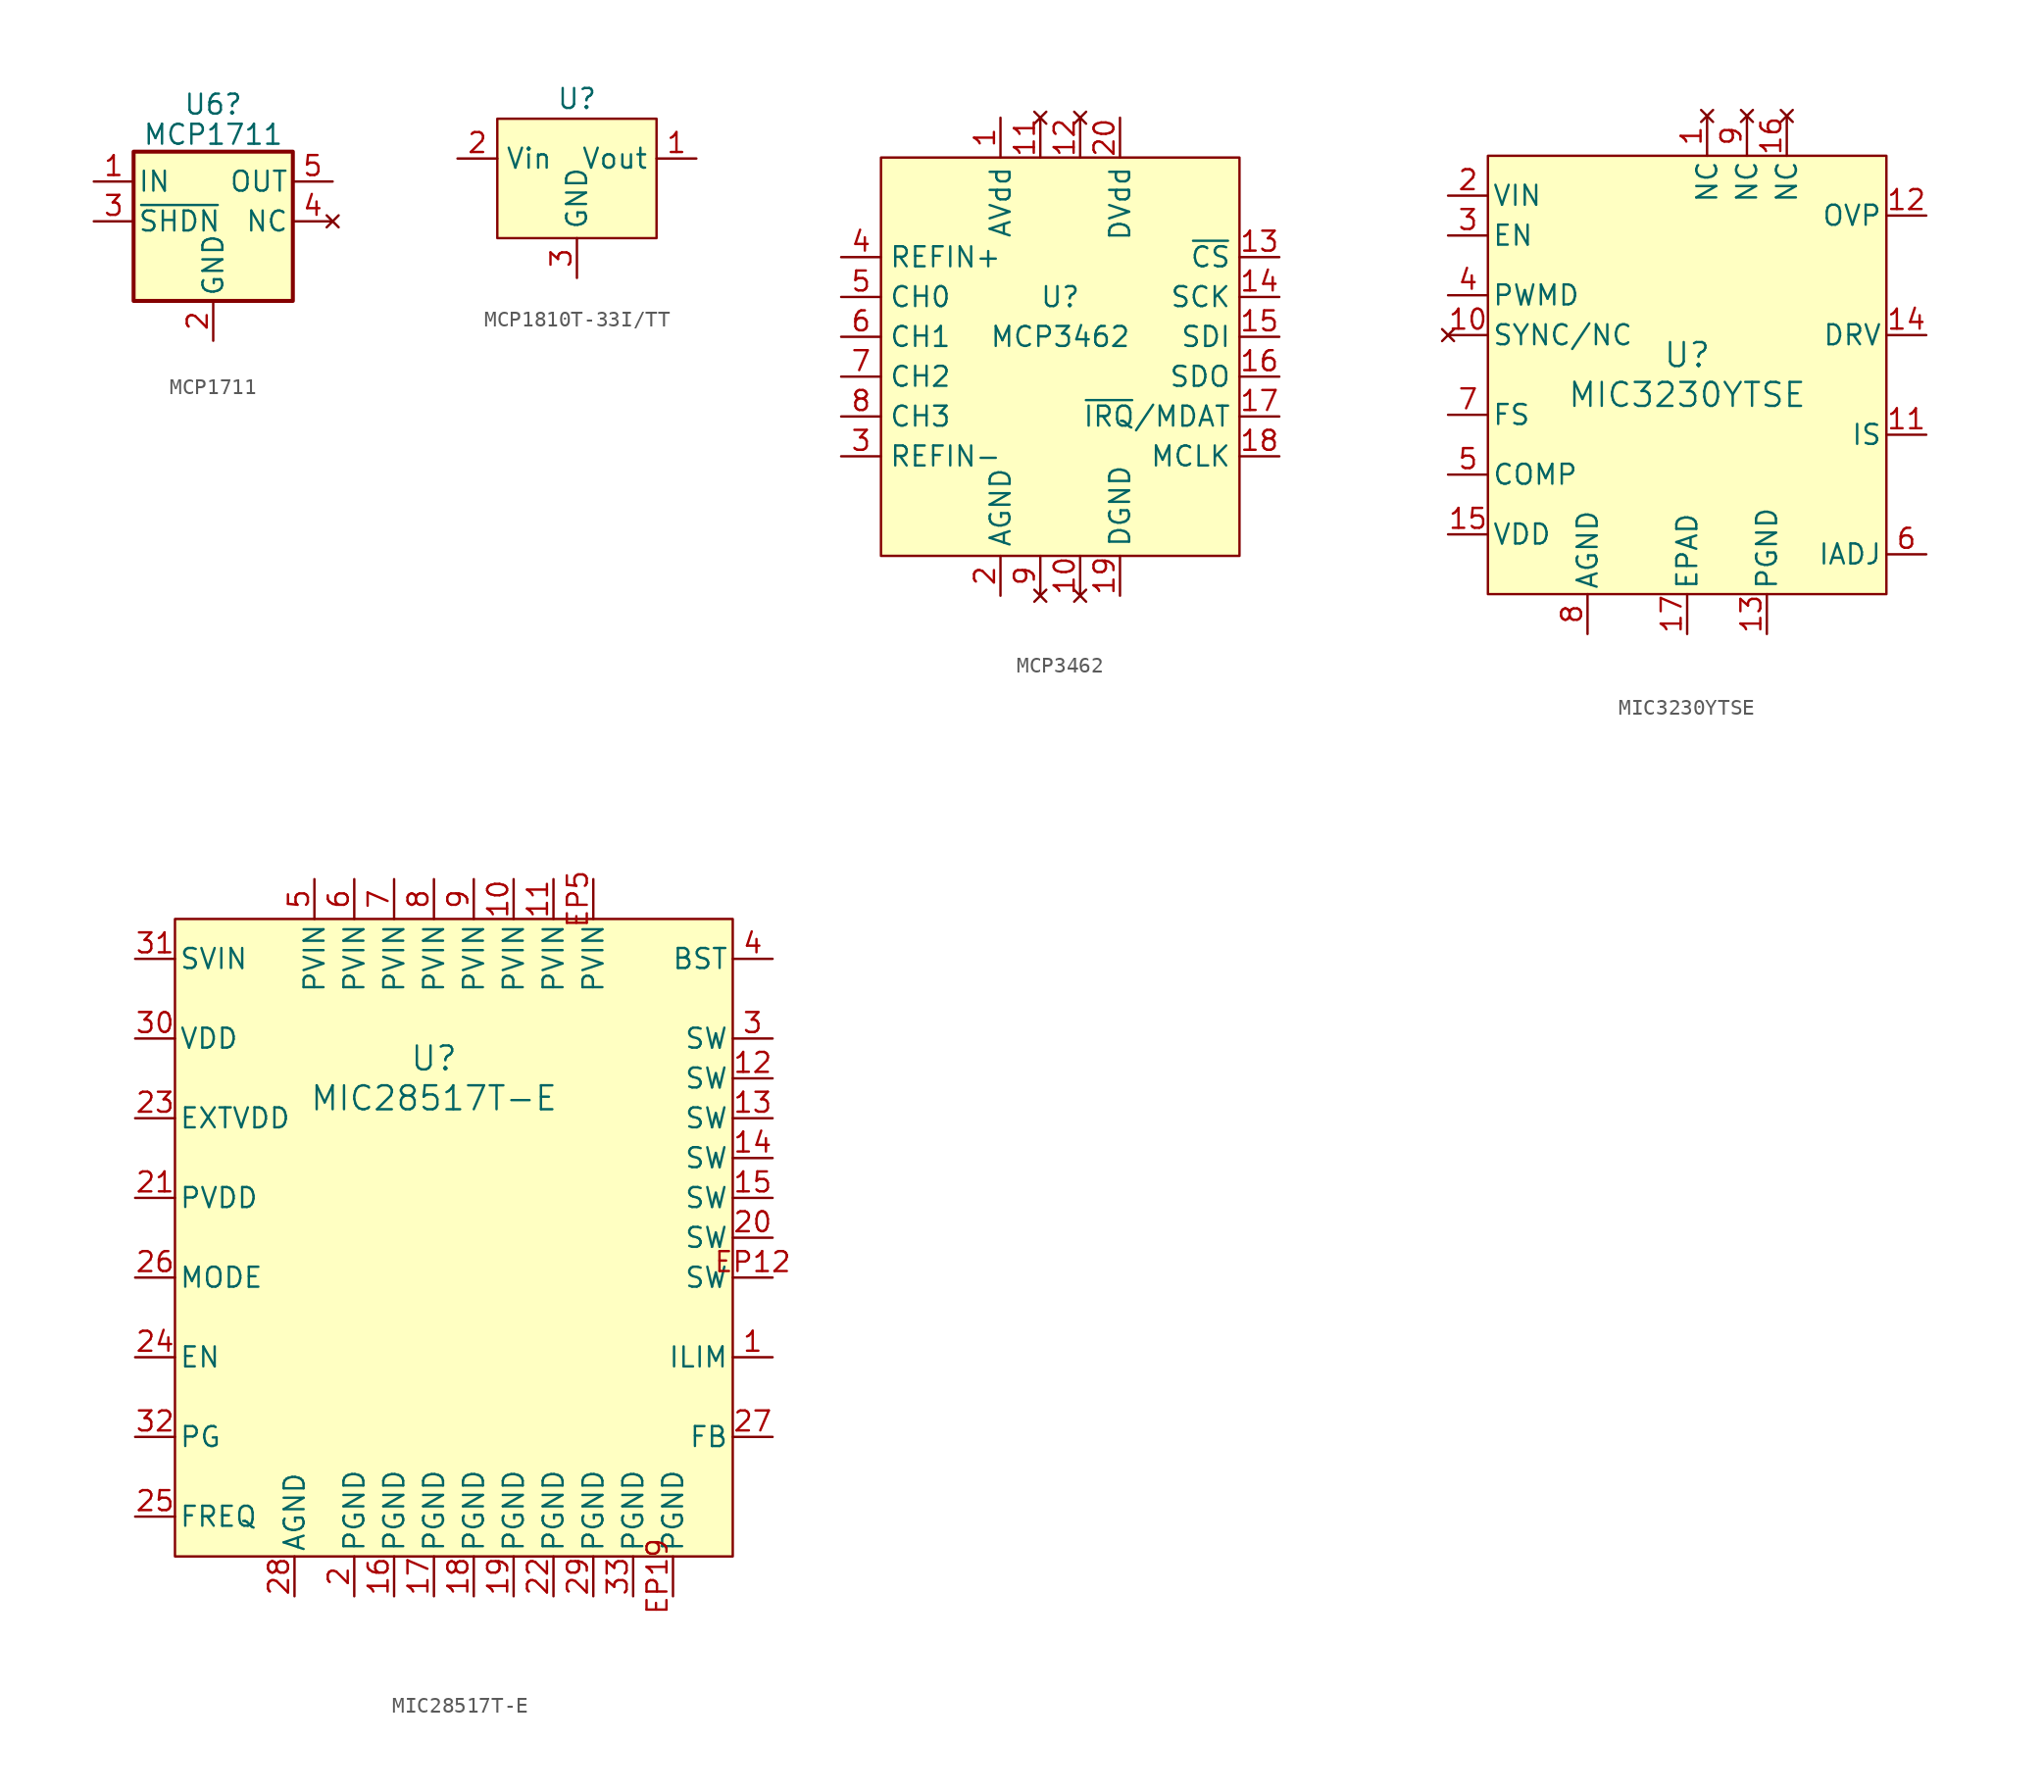
<source format=kicad_sym>
(kicad_symbol_lib
  (version 20231120)
  (generator "kicad_symbol_editor")
  (generator_version "8.0")
  (symbol "MCP1711"
    (pin_names
      (offset 0.254))
    (property "Reference" "U6"
      (at 0 7.455 0)
      (effects (font (size 1.27 1.27))))
    (property "Value" "MCP1711"
      (at 0 5.534 0)
      (effects (font (size 1.27 1.27))))
    (symbol "MCP1711_0_1"
      (rectangle (start -5.08 4.445) (end 5.08 -5.08) (stroke (width 0.254) (type default)) (fill (type background))))
    (symbol "MCP1711_1_1"
      (pin power_in line (at -7.62 2.54 0) (length 2.54) (name "IN" (effects (font (size 1.27 1.27)))) (number "1" (effects (font (size 1.27 1.27)))))
      (pin power_in line (at 0 -7.62 90) (length 2.54) (name "GND" (effects (font (size 1.27 1.27)))) (number "2" (effects (font (size 1.27 1.27)))))
      (pin input line (at -7.62 0 0) (length 2.54) (name "~{SHDN}" (effects (font (size 1.27 1.27)))) (number "3" (effects (font (size 1.27 1.27)))))
      (pin no_connect line (at 7.62 0 180) (length 2.54) (name "NC" (effects (font (size 1.27 1.27)))) (number "4" (effects (font (size 1.27 1.27)))))
      (pin power_out line (at 7.62 2.54 180) (length 2.54) (name "OUT" (effects (font (size 1.27 1.27)))) (number "5" (effects (font (size 1.27 1.27)))))))
  (symbol "MCP1810T-33I/TT"
    (property "Reference" "U"
      (at 0 3.81 0)
      (effects (font (size 1.27 1.27))))
    (property "Value" ""
      (at 0 0 0)
      (effects (font (size 1.27 1.27))))
    (symbol "MCP1810T-33I/TT_1_1"
      (rectangle (start -5.08 2.54) (end 5.08 -5.08) (stroke (width 0) (type default)) (fill (type background)))
      (pin power_out line (at 7.62 0 180) (length 2.54) (name "Vout" (effects (font (size 1.27 1.27)))) (number "1" (effects (font (size 1.27 1.27)))))
      (pin power_in line (at -7.62 0 0) (length 2.54) (name "Vin" (effects (font (size 1.27 1.27)))) (number "2" (effects (font (size 1.27 1.27)))))
      (pin passive line (at 0 -7.62 90) (length 2.54) (name "GND" (effects (font (size 1.27 1.27)))) (number "3" (effects (font (size 1.27 1.27)))))))
  (symbol "MCP3462"
    (property "Reference" "U"
      (at 0 -1.27 0)
      (effects (font (size 1.27 1.27))))
    (property "Value" "MCP3462"
      (at 0 -3.81 0)
      (effects (font (size 1.27 1.27))))
    (symbol "MCP3462_1_1"
      (rectangle (start -11.43 7.62) (end 11.43 -17.78) (stroke (width 0) (type default)) (fill (type background)))
      (pin power_in line (at -3.81 10.16 270) (length 2.54) (name "AVdd" (effects (font (size 1.27 1.27)))) (number "1" (effects (font (size 1.27 1.27)))))
      (pin no_connect line (at 1.27 -20.32 90) (length 2.54) (name "" (effects (font (size 1.27 1.27)))) (number "10" (effects (font (size 1.27 1.27)))))
      (pin no_connect line (at -1.27 10.16 270) (length 2.54) (name "" (effects (font (size 1.27 1.27)))) (number "11" (effects (font (size 1.27 1.27)))))
      (pin no_connect line (at 1.27 10.16 270) (length 2.54) (name "" (effects (font (size 1.27 1.27)))) (number "12" (effects (font (size 1.27 1.27)))))
      (pin input line (at 13.97 1.27 180) (length 2.54) (name "~{CS}" (effects (font (size 1.27 1.27)))) (number "13" (effects (font (size 1.27 1.27)))))
      (pin input line (at 13.97 -1.27 180) (length 2.54) (name "SCK" (effects (font (size 1.27 1.27)))) (number "14" (effects (font (size 1.27 1.27)))))
      (pin input line (at 13.97 -3.81 180) (length 2.54) (name "SDI" (effects (font (size 1.27 1.27)))) (number "15" (effects (font (size 1.27 1.27)))))
      (pin output line (at 13.97 -6.35 180) (length 2.54) (name "SDO" (effects (font (size 1.27 1.27)))) (number "16" (effects (font (size 1.27 1.27)))))
      (pin output line (at 13.97 -8.89 180) (length 2.54) (name "~{IRQ}/MDAT" (effects (font (size 1.27 1.27)))) (number "17" (effects (font (size 1.27 1.27)))))
      (pin bidirectional line (at 13.97 -11.43 180) (length 2.54) (name "MCLK" (effects (font (size 1.27 1.27)))) (number "18" (effects (font (size 1.27 1.27)))))
      (pin power_in line (at 3.81 -20.32 90) (length 2.54) (name "DGND" (effects (font (size 1.27 1.27)))) (number "19" (effects (font (size 1.27 1.27)))))
      (pin power_in line (at -3.81 -20.32 90) (length 2.54) (name "AGND" (effects (font (size 1.27 1.27)))) (number "2" (effects (font (size 1.27 1.27)))))
      (pin power_in line (at 3.81 10.16 270) (length 2.54) (name "DVdd" (effects (font (size 1.27 1.27)))) (number "20" (effects (font (size 1.27 1.27)))))
      (pin input line (at -13.97 -11.43 0) (length 2.54) (name "REFIN-" (effects (font (size 1.27 1.27)))) (number "3" (effects (font (size 1.27 1.27)))))
      (pin input line (at -13.97 1.27 0) (length 2.54) (name "REFIN+" (effects (font (size 1.27 1.27)))) (number "4" (effects (font (size 1.27 1.27)))))
      (pin input line (at -13.97 -1.27 0) (length 2.54) (name "CH0" (effects (font (size 1.27 1.27)))) (number "5" (effects (font (size 1.27 1.27)))))
      (pin input line (at -13.97 -3.81 0) (length 2.54) (name "CH1" (effects (font (size 1.27 1.27)))) (number "6" (effects (font (size 1.27 1.27)))))
      (pin input line (at -13.97 -6.35 0) (length 2.54) (name "CH2" (effects (font (size 1.27 1.27)))) (number "7" (effects (font (size 1.27 1.27)))))
      (pin input line (at -13.97 -8.89 0) (length 2.54) (name "CH3" (effects (font (size 1.27 1.27)))) (number "8" (effects (font (size 1.27 1.27)))))
      (pin no_connect line (at -1.27 -20.32 90) (length 2.54) (name "" (effects (font (size 1.27 1.27)))) (number "9" (effects (font (size 1.27 1.27)))))))
  (symbol "MIC3230YTSE"
    (pin_names
      (offset 0.254))
    (property "Reference" "U"
      (at 1.27 0 0)
      (effects (font (size 1.524 1.524))))
    (property "Value" "MIC3230YTSE"
      (at 1.27 -2.54 0)
      (effects (font (size 1.524 1.524))))
    (symbol "MIC3230YTSE_0_1"
      (pin no_connect line (at 2.54 15.24 270) (length 2.54) (name "NC" (effects (font (size 1.27 1.27)))) (number "1" (effects (font (size 1.27 1.27)))))
      (pin input line (at 16.51 -5.08 180) (length 2.54) (name "IS" (effects (font (size 1.27 1.27)))) (number "11" (effects (font (size 1.27 1.27)))))
      (pin power_in line (at 6.35 -17.78 90) (length 2.54) (name "PGND" (effects (font (size 1.27 1.27)))) (number "13" (effects (font (size 1.27 1.27)))))
      (pin output line (at 16.51 1.27 180) (length 2.54) (name "DRV" (effects (font (size 1.27 1.27)))) (number "14" (effects (font (size 1.27 1.27)))))
      (pin no_connect line (at 7.62 15.24 270) (length 2.54) (name "NC" (effects (font (size 1.27 1.27)))) (number "16" (effects (font (size 1.27 1.27)))))
      (pin input line (at -13.97 10.16 0) (length 2.54) (name "VIN" (effects (font (size 1.27 1.27)))) (number "2" (effects (font (size 1.27 1.27)))))
      (pin input line (at -13.97 7.62 0) (length 2.54) (name "EN" (effects (font (size 1.27 1.27)))) (number "3" (effects (font (size 1.27 1.27)))))
      (pin input line (at -13.97 3.81 0) (length 2.54) (name "PWMD" (effects (font (size 1.27 1.27)))) (number "4" (effects (font (size 1.27 1.27)))))
      (pin output line (at -13.97 -7.62 0) (length 2.54) (name "COMP" (effects (font (size 1.27 1.27)))) (number "5" (effects (font (size 1.27 1.27)))))
      (pin input line (at 16.51 -12.7 180) (length 2.54) (name "IADJ" (effects (font (size 1.27 1.27)))) (number "6" (effects (font (size 1.27 1.27)))))
      (pin input line (at -13.97 -3.81 0) (length 2.54) (name "FS" (effects (font (size 1.27 1.27)))) (number "7" (effects (font (size 1.27 1.27)))))
      (pin power_in line (at -5.08 -17.78 90) (length 2.54) (name "AGND" (effects (font (size 1.27 1.27)))) (number "8" (effects (font (size 1.27 1.27)))))
      (pin no_connect line (at 5.08 15.24 270) (length 2.54) (name "NC" (effects (font (size 1.27 1.27)))) (number "9" (effects (font (size 1.27 1.27))))))
    (symbol "MIC3230YTSE_1_1"
      (rectangle (start -11.43 12.7) (end 13.97 -15.24) (stroke (width 0) (type default)) (fill (type background)))
      (pin no_connect line (at -13.97 1.27 0) (length 2.54) (name "SYNC/NC" (effects (font (size 1.27 1.27)))) (number "10" (effects (font (size 1.27 1.27)))))
      (pin input line (at 16.51 8.89 180) (length 2.54) (name "OVP" (effects (font (size 1.27 1.27)))) (number "12" (effects (font (size 1.27 1.27)))))
      (pin bidirectional line (at -13.97 -11.43 0) (length 2.54) (name "VDD" (effects (font (size 1.27 1.27)))) (number "15" (effects (font (size 1.27 1.27)))))
      (pin power_in line (at 1.27 -17.78 90) (length 2.54) (name "EPAD" (effects (font (size 1.27 1.27)))) (number "17" (effects (font (size 1.27 1.27)))))))
  (symbol "MIC28517T-E"
    (pin_names
      (offset 0.254))
    (property "Reference" "U"
      (at -1.27 13.97 0)
      (effects (font (size 1.524 1.524))))
    (property "Value" "MIC28517T-E"
      (at -1.27 11.43 0)
      (effects (font (size 1.524 1.524))))
    (symbol "MIC28517T-E_0_1"
      (pin input line (at 20.32 -5.08 180) (length 2.54) (name "ILIM" (effects (font (size 1.27 1.27)))) (number "1" (effects (font (size 1.27 1.27)))))
      (pin power_in line (at 3.81 25.4 270) (length 2.54) (name "PVIN" (effects (font (size 1.27 1.27)))) (number "10" (effects (font (size 1.27 1.27)))))
      (pin power_in line (at 6.35 25.4 270) (length 2.54) (name "PVIN" (effects (font (size 1.27 1.27)))) (number "11" (effects (font (size 1.27 1.27)))))
      (pin passive line (at 20.32 12.7 180) (length 2.54) (name "SW" (effects (font (size 1.27 1.27)))) (number "12" (effects (font (size 1.27 1.27)))))
      (pin passive line (at 20.32 10.16 180) (length 2.54) (name "SW" (effects (font (size 1.27 1.27)))) (number "13" (effects (font (size 1.27 1.27)))))
      (pin passive line (at 20.32 7.62 180) (length 2.54) (name "SW" (effects (font (size 1.27 1.27)))) (number "14" (effects (font (size 1.27 1.27)))))
      (pin passive line (at 20.32 5.08 180) (length 2.54) (name "SW" (effects (font (size 1.27 1.27)))) (number "15" (effects (font (size 1.27 1.27)))))
      (pin power_in line (at -3.81 -20.32 90) (length 2.54) (name "PGND" (effects (font (size 1.27 1.27)))) (number "16" (effects (font (size 1.27 1.27)))))
      (pin power_in line (at -1.27 -20.32 90) (length 2.54) (name "PGND" (effects (font (size 1.27 1.27)))) (number "17" (effects (font (size 1.27 1.27)))))
      (pin power_in line (at 1.27 -20.32 90) (length 2.54) (name "PGND" (effects (font (size 1.27 1.27)))) (number "18" (effects (font (size 1.27 1.27)))))
      (pin power_in line (at 3.81 -20.32 90) (length 2.54) (name "PGND" (effects (font (size 1.27 1.27)))) (number "19" (effects (font (size 1.27 1.27)))))
      (pin power_in line (at -6.35 -20.32 90) (length 2.54) (name "PGND" (effects (font (size 1.27 1.27)))) (number "2" (effects (font (size 1.27 1.27)))))
      (pin passive line (at 20.32 2.54 180) (length 2.54) (name "SW" (effects (font (size 1.27 1.27)))) (number "20" (effects (font (size 1.27 1.27)))))
      (pin power_in line (at -20.32 5.08 0) (length 2.54) (name "PVDD" (effects (font (size 1.27 1.27)))) (number "21" (effects (font (size 1.27 1.27)))))
      (pin power_in line (at 6.35 -20.32 90) (length 2.54) (name "PGND" (effects (font (size 1.27 1.27)))) (number "22" (effects (font (size 1.27 1.27)))))
      (pin power_in line (at -20.32 10.16 0) (length 2.54) (name "EXTVDD" (effects (font (size 1.27 1.27)))) (number "23" (effects (font (size 1.27 1.27)))))
      (pin input line (at -20.32 -5.08 0) (length 2.54) (name "EN" (effects (font (size 1.27 1.27)))) (number "24" (effects (font (size 1.27 1.27)))))
      (pin input line (at -20.32 -15.24 0) (length 2.54) (name "FREQ" (effects (font (size 1.27 1.27)))) (number "25" (effects (font (size 1.27 1.27)))))
      (pin input line (at -20.32 0 0) (length 2.54) (name "MODE" (effects (font (size 1.27 1.27)))) (number "26" (effects (font (size 1.27 1.27)))))
      (pin input line (at 20.32 -10.16 180) (length 2.54) (name "FB" (effects (font (size 1.27 1.27)))) (number "27" (effects (font (size 1.27 1.27)))))
      (pin power_in line (at -10.16 -20.32 90) (length 2.54) (name "AGND" (effects (font (size 1.27 1.27)))) (number "28" (effects (font (size 1.27 1.27)))))
      (pin power_in line (at 8.89 -20.32 90) (length 2.54) (name "PGND" (effects (font (size 1.27 1.27)))) (number "29" (effects (font (size 1.27 1.27)))))
      (pin passive line (at 20.32 15.24 180) (length 2.54) (name "SW" (effects (font (size 1.27 1.27)))) (number "3" (effects (font (size 1.27 1.27)))))
      (pin power_in line (at -20.32 20.32 0) (length 2.54) (name "SVIN" (effects (font (size 1.27 1.27)))) (number "31" (effects (font (size 1.27 1.27)))))
      (pin output line (at -20.32 -10.16 0) (length 2.54) (name "PG" (effects (font (size 1.27 1.27)))) (number "32" (effects (font (size 1.27 1.27)))))
      (pin power_in line (at 11.43 -20.32 90) (length 2.54) (name "PGND" (effects (font (size 1.27 1.27)))) (number "33" (effects (font (size 1.27 1.27)))))
      (pin output line (at 20.32 20.32 180) (length 2.54) (name "BST" (effects (font (size 1.27 1.27)))) (number "4" (effects (font (size 1.27 1.27)))))
      (pin power_in line (at -8.89 25.4 270) (length 2.54) (name "PVIN" (effects (font (size 1.27 1.27)))) (number "5" (effects (font (size 1.27 1.27)))))
      (pin power_in line (at -6.35 25.4 270) (length 2.54) (name "PVIN" (effects (font (size 1.27 1.27)))) (number "6" (effects (font (size 1.27 1.27)))))
      (pin power_in line (at -3.81 25.4 270) (length 2.54) (name "PVIN" (effects (font (size 1.27 1.27)))) (number "7" (effects (font (size 1.27 1.27)))))
      (pin power_in line (at -1.27 25.4 270) (length 2.54) (name "PVIN" (effects (font (size 1.27 1.27)))) (number "8" (effects (font (size 1.27 1.27)))))
      (pin power_in line (at 1.27 25.4 270) (length 2.54) (name "PVIN" (effects (font (size 1.27 1.27)))) (number "9" (effects (font (size 1.27 1.27)))))
      (pin passive line (at 20.32 0 180) (length 2.54) (name "SW" (effects (font (size 1.27 1.27)))) (number "EP12" (effects (font (size 1.27 1.27)))))
      (pin power_in line (at 13.97 -20.32 90) (length 2.54) (name "PGND" (effects (font (size 1.27 1.27)))) (number "EP19" (effects (font (size 1.27 1.27)))))
      (pin power_in line (at 8.89 25.4 270) (length 2.54) (name "PVIN" (effects (font (size 1.27 1.27)))) (number "EP5" (effects (font (size 1.27 1.27))))))
    (symbol "MIC28517T-E_1_1"
      (rectangle (start -17.78 22.86) (end 17.78 -17.78) (stroke (width 0) (type default)) (fill (type background)))
      (pin power_in line (at -20.32 15.24 0) (length 2.54) (name "VDD" (effects (font (size 1.27 1.27)))) (number "30" (effects (font (size 1.27 1.27))))))))
</source>
